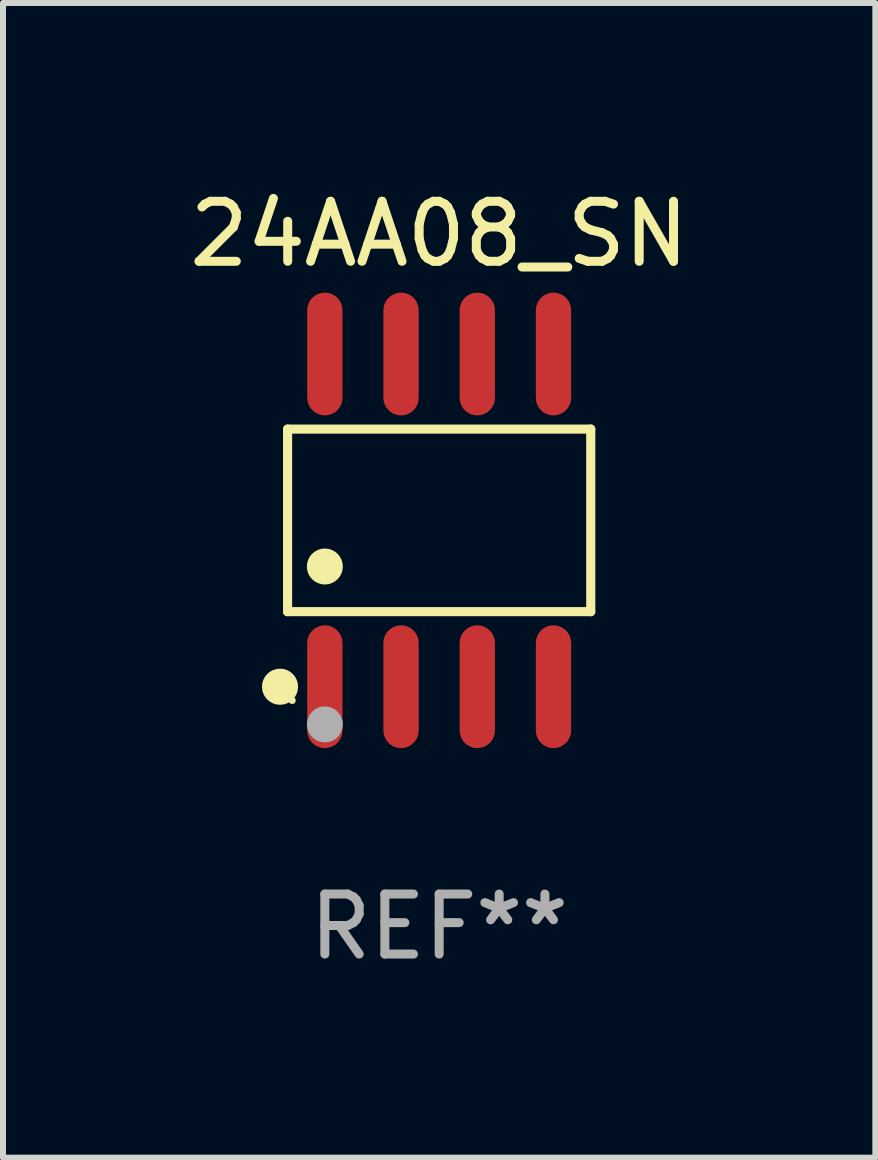
<source format=kicad_pcb>
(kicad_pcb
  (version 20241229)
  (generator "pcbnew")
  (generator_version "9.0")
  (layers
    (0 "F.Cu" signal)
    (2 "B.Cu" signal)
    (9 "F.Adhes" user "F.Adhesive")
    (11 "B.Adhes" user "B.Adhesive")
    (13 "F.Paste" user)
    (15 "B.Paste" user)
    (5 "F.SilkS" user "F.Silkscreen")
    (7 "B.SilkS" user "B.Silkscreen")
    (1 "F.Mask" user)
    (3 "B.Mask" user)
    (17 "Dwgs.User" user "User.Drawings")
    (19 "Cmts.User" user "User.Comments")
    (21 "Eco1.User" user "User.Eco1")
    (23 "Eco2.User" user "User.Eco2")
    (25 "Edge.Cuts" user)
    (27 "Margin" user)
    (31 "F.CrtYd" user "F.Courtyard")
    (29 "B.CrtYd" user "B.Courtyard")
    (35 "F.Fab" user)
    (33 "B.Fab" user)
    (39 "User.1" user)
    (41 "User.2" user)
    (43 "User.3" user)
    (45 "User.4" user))
  (footprint "24AA08_SN"
    (layer "F.Cu")
    (at 4.268 5.621)
    (property "Reference" "24AA08_SN" (at 0 -4.772 0) (layer "F.SilkS") (effects (font (size 1 1) (thickness 0.15))))
    (attr through_hole)
    (fp_line (start -2.526 -1.521) (end 2.526 -1.521) (stroke (width 0.152) (type solid)) (layer "F.SilkS"))
    (fp_line (start -2.526 1.521) (end -2.526 -1.521) (stroke (width 0.152) (type solid)) (layer "F.SilkS"))
    (fp_line (start 2.526 -1.521) (end 2.526 1.521) (stroke (width 0.152) (type solid)) (layer "F.SilkS"))
    (fp_line (start 2.526 1.521) (end -2.526 1.521) (stroke (width 0.152) (type solid)) (layer "F.SilkS"))
    (fp_circle (center -2.652 2.772) (end -2.501 2.772) (stroke (width 0.3) (type solid)) (fill no) (layer "F.SilkS"))
    (fp_circle (center -2.45 3) (end -2.42 3) (stroke (width 0.06) (type solid)) (fill no) (layer "F.SilkS"))
    (fp_circle (center -1.905 0.769) (end -1.755 0.769) (stroke (width 0.3) (type solid)) (fill no) (layer "F.SilkS"))
    (fp_circle (center -1.905 3.4) (end -1.755 3.4) (stroke (width 0.3) (type solid)) (fill no) (layer "F.Fab"))
    (fp_text user "REF**" (at 0 6.772 0) (layer "F.Fab") (effects (font (size 1 1) (thickness 0.15))))
    (pad "1" smd oval (at -1.905 2.772) (size 0.588 2.045) (layers "F.Cu" "F.Mask" "F.Paste"))
    (pad "2" smd oval (at -0.635 2.772) (size 0.588 2.045) (layers "F.Cu" "F.Mask" "F.Paste"))
    (pad "3" smd oval (at 0.635 2.772) (size 0.588 2.045) (layers "F.Cu" "F.Mask" "F.Paste"))
    (pad "4" smd oval (at 1.905 2.772) (size 0.588 2.045) (layers "F.Cu" "F.Mask" "F.Paste"))
    (pad "5" smd oval (at 1.905 -2.772) (size 0.588 2.045) (layers "F.Cu" "F.Mask" "F.Paste"))
    (pad "6" smd oval (at 0.635 -2.772) (size 0.588 2.045) (layers "F.Cu" "F.Mask" "F.Paste"))
    (pad "7" smd oval (at -0.635 -2.772) (size 0.588 2.045) (layers "F.Cu" "F.Mask" "F.Paste"))
    (pad "8" smd oval (at -1.905 -2.772) (size 0.588 2.045) (layers "F.Cu" "F.Mask" "F.Paste")))
  (gr_rect
    (start -3 -3)
    (end 11.536 16.241)
    (stroke (width 0.1) (type default))
    (fill no)
    (layer "Edge.Cuts")))
</source>
